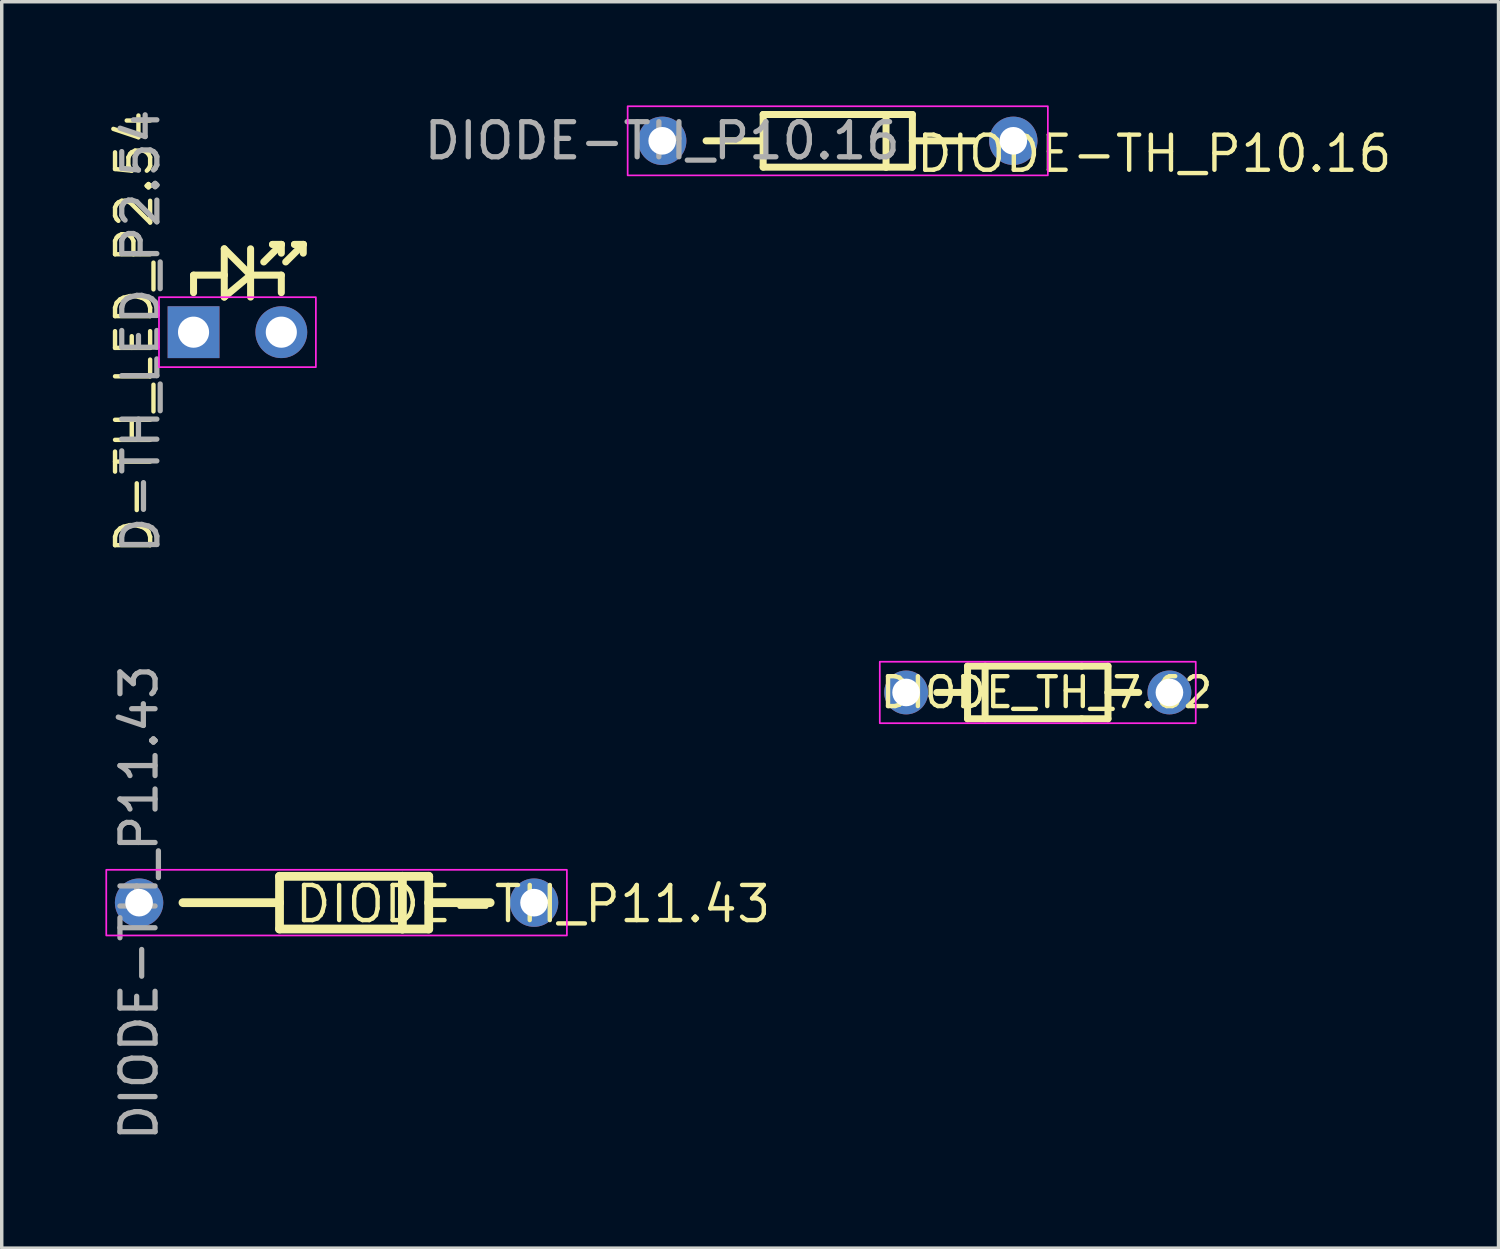
<source format=kicad_pcb>
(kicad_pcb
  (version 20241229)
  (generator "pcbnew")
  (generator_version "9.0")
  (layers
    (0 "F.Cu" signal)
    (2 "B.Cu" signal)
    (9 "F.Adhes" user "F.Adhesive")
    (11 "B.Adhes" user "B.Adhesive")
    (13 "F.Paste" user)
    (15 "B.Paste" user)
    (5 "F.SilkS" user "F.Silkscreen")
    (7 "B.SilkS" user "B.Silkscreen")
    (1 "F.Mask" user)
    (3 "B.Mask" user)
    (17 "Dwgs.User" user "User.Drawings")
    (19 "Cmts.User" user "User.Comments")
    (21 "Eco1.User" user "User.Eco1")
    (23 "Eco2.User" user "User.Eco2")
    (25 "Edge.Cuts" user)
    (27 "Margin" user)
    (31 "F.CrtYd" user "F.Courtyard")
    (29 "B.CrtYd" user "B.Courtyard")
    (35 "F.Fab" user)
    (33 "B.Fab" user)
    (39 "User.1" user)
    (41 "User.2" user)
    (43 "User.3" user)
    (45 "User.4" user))
  (footprint "DIODE-TH_P10.16"
    (layer "F.Cu")
    (at 16.114 1.025)
    (property "Reference" "DIODE-TH_P10.16" (at 7.285 0.968 180) (layer "F.SilkS") (effects (font (size 1.016 1.016) (thickness 0.127)) (justify left bottom)))
    (fp_line (start 1.27 0) (end 2.921 0) (stroke (width 0.203) (type default)) (layer "F.SilkS"))
    (fp_line (start 2.921 -0.762) (end 6.477 -0.762) (stroke (width 0.203) (type default)) (layer "F.SilkS"))
    (fp_line (start 2.921 0) (end 2.921 -0.762) (stroke (width 0.203) (type default)) (layer "F.SilkS"))
    (fp_line (start 2.921 0.762) (end 2.921 0) (stroke (width 0.203) (type default)) (layer "F.SilkS"))
    (fp_line (start 6.477 -0.762) (end 6.477 0.762) (stroke (width 0.203) (type default)) (layer "F.SilkS"))
    (fp_line (start 6.477 -0.762) (end 7.239 -0.762) (stroke (width 0.203) (type default)) (layer "F.SilkS"))
    (fp_line (start 6.477 0.762) (end 2.921 0.762) (stroke (width 0.203) (type default)) (layer "F.SilkS"))
    (fp_line (start 7.239 -0.762) (end 7.239 0) (stroke (width 0.203) (type default)) (layer "F.SilkS"))
    (fp_line (start 7.239 0) (end 7.239 0.762) (stroke (width 0.203) (type default)) (layer "F.SilkS"))
    (fp_line (start 7.239 0) (end 9.017 0) (stroke (width 0.203) (type default)) (layer "F.SilkS"))
    (fp_line (start 7.239 0.762) (end 6.477 0.762) (stroke (width 0.203) (type default)) (layer "F.SilkS"))
    (fp_rect (start 11.16 1) (end -1 -1) (stroke (width 0.05) (type default)) (fill no) (layer "F.CrtYd"))
    (fp_text user "${REFERENCE}" (at 0 0 180) (layer "F.Fab") (effects (font (size 1.016 1.016) (thickness 0.152))))
    (pad "1" thru_hole oval (at 0 0) (size 1.4 1.4) (drill 0.8) (layers "*.Cu" "*.Mask"))
    (pad "2" thru_hole oval (at 10.16 0) (size 1.4 1.4) (drill 0.8) (layers "*.Cu" "*.Mask")))
  (footprint "DIODE-TH_P11.43"
    (layer "F.Cu")
    (at 0.975 23.072)
    (property "Reference" "DIODE-TH_P11.43" (at 4.448 -0.554 0) (layer "F.SilkS") (effects (font (size 1.016 1.016) (thickness 0.127)) (justify left top)))
    (fp_line (start 1.27 0) (end 4.064 0) (stroke (width 0.254) (type default)) (layer "F.SilkS"))
    (fp_line (start 4.064 -0.762) (end 7.62 -0.762) (stroke (width 0.254) (type default)) (layer "F.SilkS"))
    (fp_line (start 4.064 0) (end 4.064 -0.762) (stroke (width 0.254) (type default)) (layer "F.SilkS"))
    (fp_line (start 4.064 0.762) (end 4.064 0) (stroke (width 0.254) (type default)) (layer "F.SilkS"))
    (fp_line (start 7.62 -0.762) (end 7.62 0.762) (stroke (width 0.254) (type default)) (layer "F.SilkS"))
    (fp_line (start 7.62 -0.762) (end 8.382 -0.762) (stroke (width 0.254) (type default)) (layer "F.SilkS"))
    (fp_line (start 7.62 0.762) (end 4.064 0.762) (stroke (width 0.254) (type default)) (layer "F.SilkS"))
    (fp_line (start 8.382 -0.762) (end 8.382 0) (stroke (width 0.254) (type default)) (layer "F.SilkS"))
    (fp_line (start 8.382 0) (end 8.382 0.762) (stroke (width 0.254) (type default)) (layer "F.SilkS"))
    (fp_line (start 8.382 0) (end 10.16 0) (stroke (width 0.254) (type default)) (layer "F.SilkS"))
    (fp_line (start 8.382 0.762) (end 7.62 0.762) (stroke (width 0.254) (type default)) (layer "F.SilkS"))
    (fp_rect (start 12.38 -0.95) (end -0.95 0.95) (stroke (width 0.05) (type default)) (fill no) (layer "F.CrtYd"))
    (fp_text user "${REFERENCE}" (at 0 0 270) (layer "F.Fab") (effects (font (size 1.016 1.016) (thickness 0.152))))
    (pad "1" thru_hole oval (at 0 0) (size 1.4 1.4) (drill 0.8) (layers "*.Cu" "*.Mask"))
    (pad "2" thru_hole oval (at 11.43 0) (size 1.4 1.4) (drill 0.8) (layers "*.Cu" "*.Mask")))
  (footprint "DIODE_TH_7.62"
    (layer "F.Cu")
    (at 23.172 16.989)
    (property "Reference" "DIODE_TH_7.62" (at 4.064 0 0) (layer "F.SilkS") (effects (font (size 0.864 0.864) (thickness 0.127))))
    (fp_line (start 0.889 0) (end 1.778 0) (stroke (width 0.203) (type default)) (layer "F.SilkS"))
    (fp_line (start 1.778 -0.762) (end 5.08 -0.762) (stroke (width 0.203) (type default)) (layer "F.SilkS"))
    (fp_line (start 1.778 0) (end 1.778 -0.762) (stroke (width 0.203) (type default)) (layer "F.SilkS"))
    (fp_line (start 1.778 0.762) (end 1.778 0) (stroke (width 0.203) (type default)) (layer "F.SilkS"))
    (fp_line (start 2.286 -0.762) (end 2.286 0.762) (stroke (width 0.203) (type default)) (layer "F.SilkS"))
    (fp_line (start 5.08 -0.762) (end 5.842 -0.762) (stroke (width 0.203) (type default)) (layer "F.SilkS"))
    (fp_line (start 5.08 0.762) (end 1.778 0.762) (stroke (width 0.203) (type default)) (layer "F.SilkS"))
    (fp_line (start 5.842 -0.762) (end 5.842 0) (stroke (width 0.203) (type default)) (layer "F.SilkS"))
    (fp_line (start 5.842 0) (end 5.842 0.762) (stroke (width 0.203) (type default)) (layer "F.SilkS"))
    (fp_line (start 5.842 0) (end 6.731 0) (stroke (width 0.203) (type default)) (layer "F.SilkS"))
    (fp_line (start 5.842 0.762) (end 5.08 0.762) (stroke (width 0.203) (type default)) (layer "F.SilkS"))
    (fp_rect (start -0.762 -0.889) (end 8.382 0.889) (stroke (width 0.05) (type default)) (fill no) (layer "F.CrtYd"))
    (pad "1" thru_hole oval (at 0 0) (size 1.27 1.27) (drill 0.8) (layers "*.Cu" "*.Mask"))
    (pad "2" thru_hole oval (at 7.62 0) (size 1.27 1.27) (drill 0.8) (layers "*.Cu" "*.Mask")))
  (footprint "D-TH_LED_P2.54"
    (layer "F.Cu")
    (at 2.551 6.563)
    (property "Reference" "D-TH_LED_P2.54" (at -2.314 -0.005 270) (layer "F.SilkS") (effects (font (size 1.016 1.016) (thickness 0.127)) (justify top)))
    (fp_line (start 0 -1.651) (end 0.889 -1.651) (stroke (width 0.203) (type default)) (layer "F.SilkS"))
    (fp_line (start 0 -1.143) (end 0 -1.651) (stroke (width 0.203) (type default)) (layer "F.SilkS"))
    (fp_line (start 0.889 -2.413) (end 1.651 -1.651) (stroke (width 0.203) (type default)) (layer "F.SilkS"))
    (fp_line (start 0.889 -1.651) (end 0.889 -2.413) (stroke (width 0.203) (type default)) (layer "F.SilkS"))
    (fp_line (start 0.889 -1.016) (end 0.889 -1.651) (stroke (width 0.203) (type default)) (layer "F.SilkS"))
    (fp_line (start 1.651 -2.413) (end 1.651 -1.016) (stroke (width 0.203) (type default)) (layer "F.SilkS"))
    (fp_line (start 1.651 -1.651) (end 0.889 -1.016) (stroke (width 0.203) (type default)) (layer "F.SilkS"))
    (fp_line (start 1.651 -1.651) (end 2.54 -1.651) (stroke (width 0.203) (type default)) (layer "F.SilkS"))
    (fp_line (start 2.032 -2.032) (end 2.54 -2.54) (stroke (width 0.203) (type default)) (layer "F.SilkS"))
    (fp_line (start 2.286 -2.54) (end 2.54 -2.54) (stroke (width 0.203) (type default)) (layer "F.SilkS"))
    (fp_line (start 2.54 -2.54) (end 2.286 -2.54) (stroke (width 0.203) (type default)) (layer "F.SilkS"))
    (fp_line (start 2.54 -2.54) (end 2.54 -2.286) (stroke (width 0.203) (type default)) (layer "F.SilkS"))
    (fp_line (start 2.54 -1.651) (end 2.54 -1.143) (stroke (width 0.203) (type default)) (layer "F.SilkS"))
    (fp_line (start 2.667 -2.032) (end 3.175 -2.54) (stroke (width 0.203) (type default)) (layer "F.SilkS"))
    (fp_line (start 2.921 -2.54) (end 3.175 -2.54) (stroke (width 0.203) (type default)) (layer "F.SilkS"))
    (fp_line (start 3.175 -2.54) (end 2.921 -2.54) (stroke (width 0.203) (type default)) (layer "F.SilkS"))
    (fp_line (start 3.175 -2.54) (end 3.175 -2.286) (stroke (width 0.203) (type default)) (layer "F.SilkS"))
    (fp_rect (start -1 1.012) (end 3.54 -1.012) (stroke (width 0.05) (type default)) (fill no) (layer "F.CrtYd"))
    (fp_text user "${REFERENCE}" (at -1.524 -0.025 90) (layer "F.Fab") (effects (font (size 1.016 1.016) (thickness 0.152))))
    (pad "1" thru_hole rect (at 0 0) (size 1.5 1.5) (drill 0.9) (layers "*.Cu" "*.Mask"))
    (pad "2" thru_hole oval (at 2.54 0) (size 1.5 1.5) (drill 0.9) (layers "*.Cu" "*.Mask")))
  (gr_rect
    (start -3 -3)
    (end 40.316 33.069)
    (stroke (width 0.1) (type default))
    (fill no)
    (layer "Edge.Cuts")))
</source>
